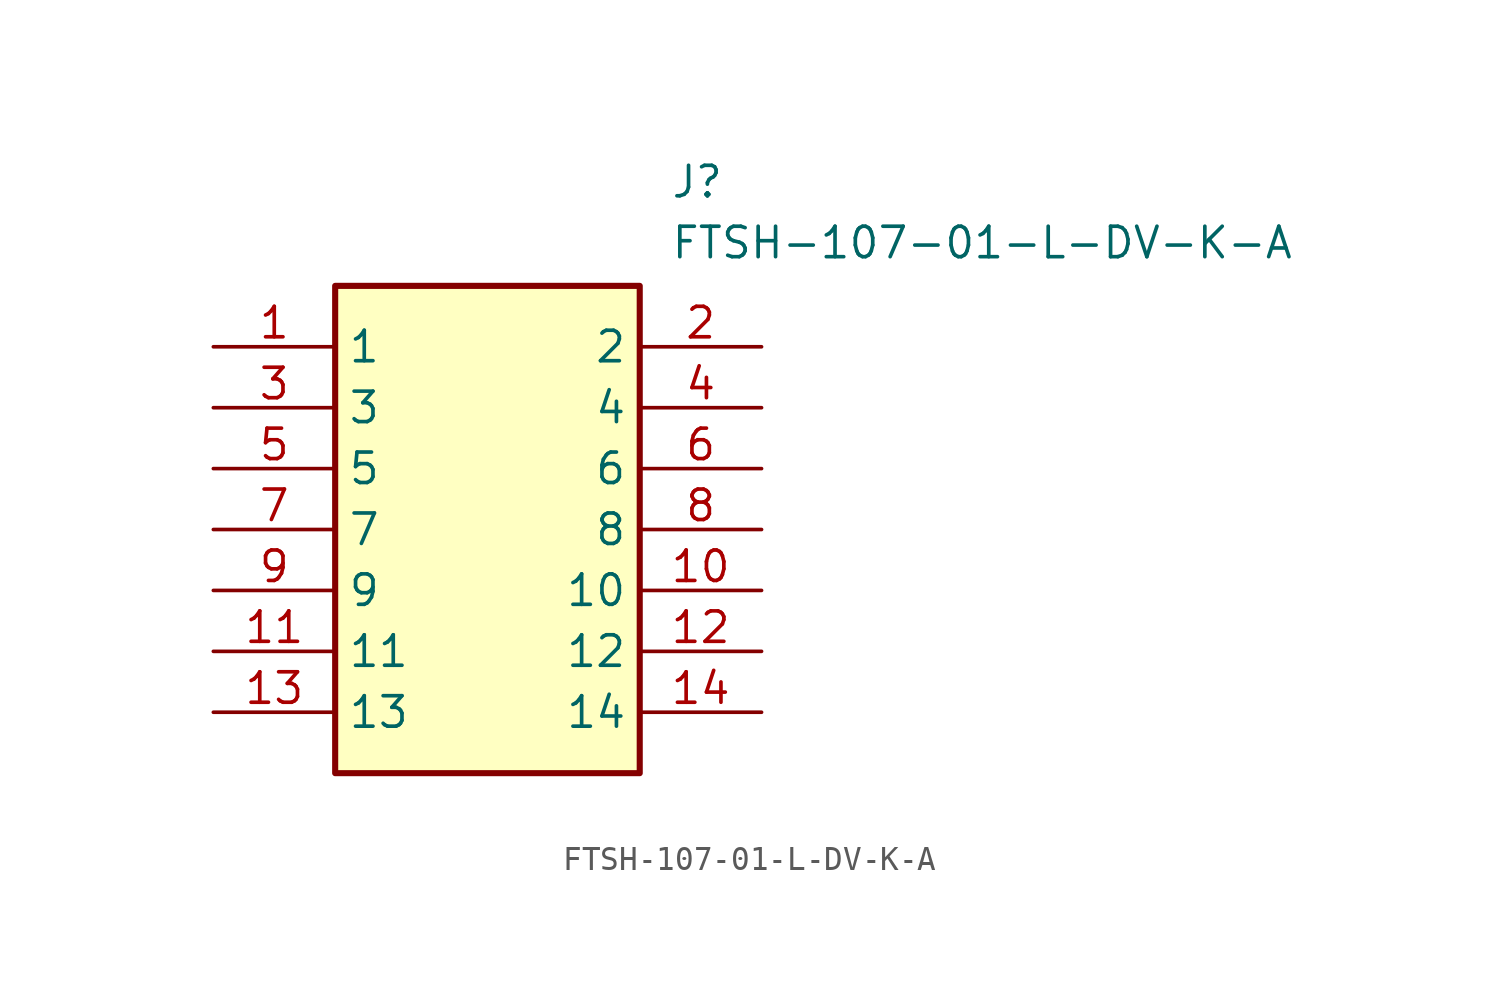
<source format=kicad_sym>
(kicad_symbol_lib
  (version 20211014)
  (generator SamacSys_ECAD_Model)
  (symbol "FTSH-107-01-L-DV-K-A"
    (property "Reference" "J"
      (at 19.05 7.62 0)
      (effects (font (size 1.27 1.27)) (justify left top)))
    (property "Value" "FTSH-107-01-L-DV-K-A"
      (at 19.05 5.08 0)
      (effects (font (size 1.27 1.27)) (justify left top)))
    (rectangle
      (start 5.08 2.54)
      (end 17.78 -17.78)
      (stroke (width 0.254) (type default))
      (fill (type background)))
    (pin passive line
      (at 0 0 0)
      (length 5.08)
      (name "1" (effects (font (size 1.27 1.27))))
      (number "1" (effects (font (size 1.27 1.27)))))
    (pin passive line
      (at 22.86 0 180)
      (length 5.08)
      (name "2" (effects (font (size 1.27 1.27))))
      (number "2" (effects (font (size 1.27 1.27)))))
    (pin passive line
      (at 0 -2.54 0)
      (length 5.08)
      (name "3" (effects (font (size 1.27 1.27))))
      (number "3" (effects (font (size 1.27 1.27)))))
    (pin passive line
      (at 22.86 -2.54 180)
      (length 5.08)
      (name "4" (effects (font (size 1.27 1.27))))
      (number "4" (effects (font (size 1.27 1.27)))))
    (pin passive line
      (at 0 -5.08 0)
      (length 5.08)
      (name "5" (effects (font (size 1.27 1.27))))
      (number "5" (effects (font (size 1.27 1.27)))))
    (pin passive line
      (at 22.86 -5.08 180)
      (length 5.08)
      (name "6" (effects (font (size 1.27 1.27))))
      (number "6" (effects (font (size 1.27 1.27)))))
    (pin passive line
      (at 0 -7.62 0)
      (length 5.08)
      (name "7" (effects (font (size 1.27 1.27))))
      (number "7" (effects (font (size 1.27 1.27)))))
    (pin passive line
      (at 22.86 -7.62 180)
      (length 5.08)
      (name "8" (effects (font (size 1.27 1.27))))
      (number "8" (effects (font (size 1.27 1.27)))))
    (pin passive line
      (at 0 -10.16 0)
      (length 5.08)
      (name "9" (effects (font (size 1.27 1.27))))
      (number "9" (effects (font (size 1.27 1.27)))))
    (pin passive line
      (at 22.86 -10.16 180)
      (length 5.08)
      (name "10" (effects (font (size 1.27 1.27))))
      (number "10" (effects (font (size 1.27 1.27)))))
    (pin passive line
      (at 0 -12.7 0)
      (length 5.08)
      (name "11" (effects (font (size 1.27 1.27))))
      (number "11" (effects (font (size 1.27 1.27)))))
    (pin passive line
      (at 22.86 -12.7 180)
      (length 5.08)
      (name "12" (effects (font (size 1.27 1.27))))
      (number "12" (effects (font (size 1.27 1.27)))))
    (pin passive line
      (at 0 -15.24 0)
      (length 5.08)
      (name "13" (effects (font (size 1.27 1.27))))
      (number "13" (effects (font (size 1.27 1.27)))))
    (pin passive line
      (at 22.86 -15.24 180)
      (length 5.08)
      (name "14" (effects (font (size 1.27 1.27))))
      (number "14" (effects (font (size 1.27 1.27)))))))
</source>
